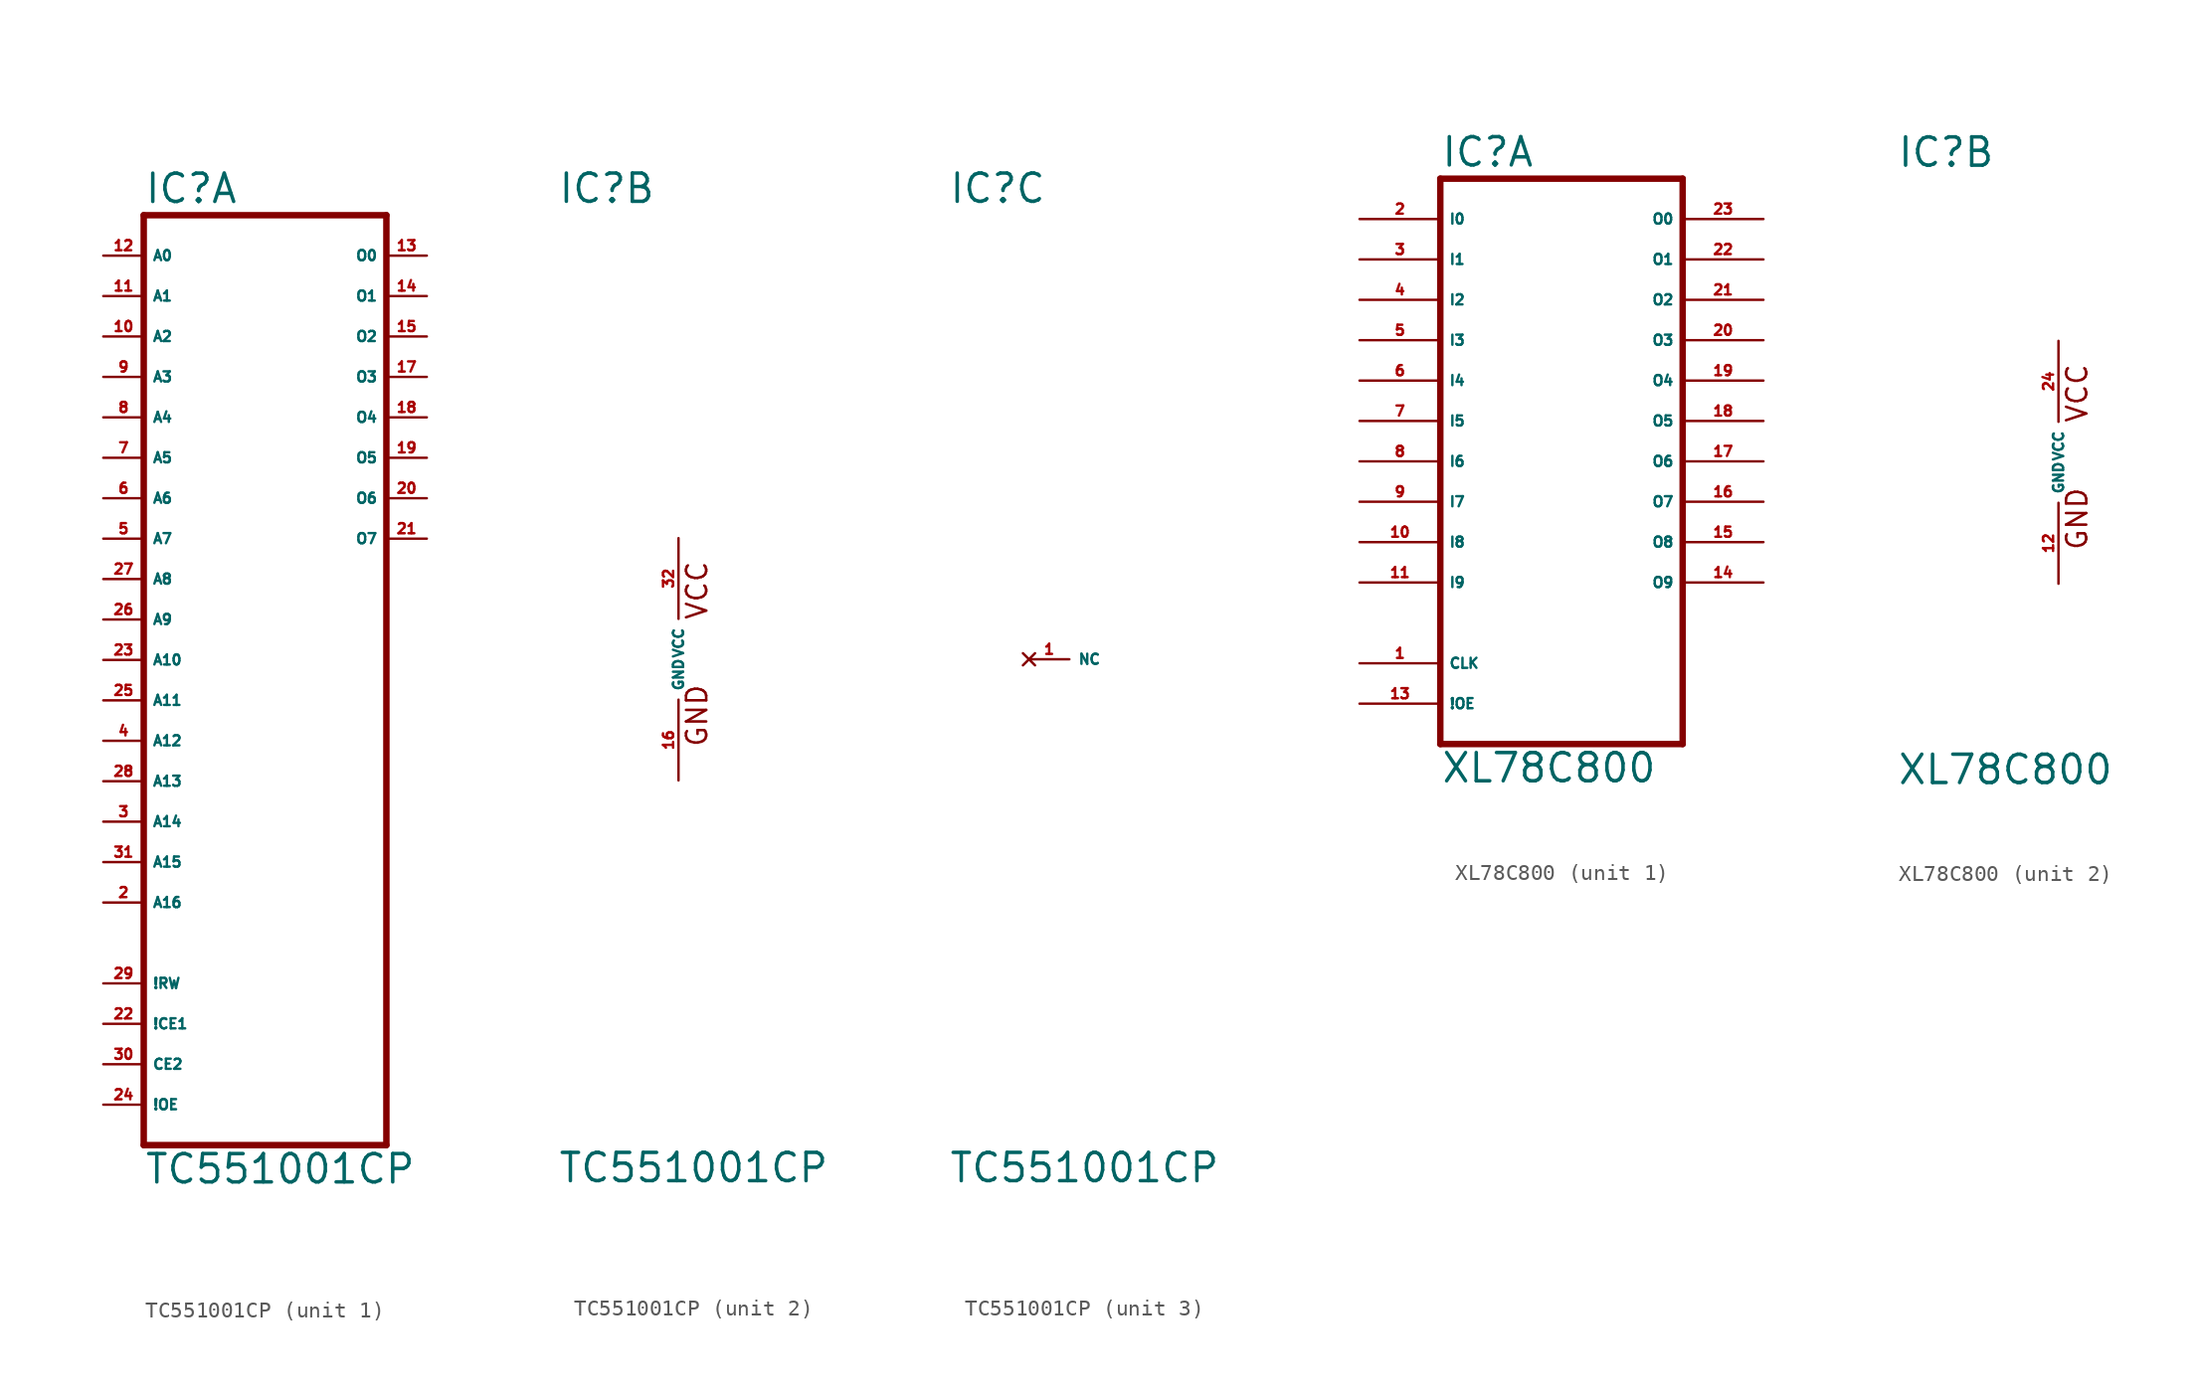
<source format=kicad_sym>
(kicad_symbol_lib
  (version 20220914)
  (generator Eagle2Kicad)
  (symbol "TC551001CP"
    (property "Reference" "IC"
      (at -7.62 28.575 0)
      (effects (font (size 1.778 1.778) (thickness 0.22)) (justify left bottom)))
    (property "Value" "TC551001CP"
      (at -7.62 -33.02 0)
      (effects (font (size 1.778 1.778) (thickness 0.22)) (justify left bottom)))
    (symbol "TC551001CP_1_0"
      (polyline (pts (xy -7.62 -30.48) (xy 7.62 -30.48)) (stroke (width 0.406) (type default)) (fill (type none)))
      (polyline (pts (xy 7.62 -30.48) (xy 7.62 27.94)) (stroke (width 0.406) (type default)) (fill (type none)))
      (polyline (pts (xy 7.62 27.94) (xy -7.62 27.94)) (stroke (width 0.406) (type default)) (fill (type none)))
      (polyline (pts (xy -7.62 27.94) (xy -7.62 -30.48)) (stroke (width 0.406) (type default)) (fill (type none)))
      (pin input line (at -10.16 -5.08 0) (length 2.54) (name "A12" (effects (font (size 0.635 0.635) (thickness 0.08)) (justify left bottom))) (number "4" (effects (font (size 0.635 0.635) (thickness 0.08)) (justify left bottom))))
      (pin input line (at -10.16 7.62 0) (length 2.54) (name "A7" (effects (font (size 0.635 0.635) (thickness 0.08)) (justify left bottom))) (number "5" (effects (font (size 0.635 0.635) (thickness 0.08)) (justify left bottom))))
      (pin input line (at -10.16 10.16 0) (length 2.54) (name "A6" (effects (font (size 0.635 0.635) (thickness 0.08)) (justify left bottom))) (number "6" (effects (font (size 0.635 0.635) (thickness 0.08)) (justify left bottom))))
      (pin input line (at -10.16 12.7 0) (length 2.54) (name "A5" (effects (font (size 0.635 0.635) (thickness 0.08)) (justify left bottom))) (number "7" (effects (font (size 0.635 0.635) (thickness 0.08)) (justify left bottom))))
      (pin input line (at -10.16 15.24 0) (length 2.54) (name "A4" (effects (font (size 0.635 0.635) (thickness 0.08)) (justify left bottom))) (number "8" (effects (font (size 0.635 0.635) (thickness 0.08)) (justify left bottom))))
      (pin input line (at -10.16 17.78 0) (length 2.54) (name "A3" (effects (font (size 0.635 0.635) (thickness 0.08)) (justify left bottom))) (number "9" (effects (font (size 0.635 0.635) (thickness 0.08)) (justify left bottom))))
      (pin input line (at -10.16 20.32 0) (length 2.54) (name "A2" (effects (font (size 0.635 0.635) (thickness 0.08)) (justify left bottom))) (number "10" (effects (font (size 0.635 0.635) (thickness 0.08)) (justify left bottom))))
      (pin input line (at -10.16 22.86 0) (length 2.54) (name "A1" (effects (font (size 0.635 0.635) (thickness 0.08)) (justify left bottom))) (number "11" (effects (font (size 0.635 0.635) (thickness 0.08)) (justify left bottom))))
      (pin input line (at -10.16 25.4 0) (length 2.54) (name "A0" (effects (font (size 0.635 0.635) (thickness 0.08)) (justify left bottom))) (number "12" (effects (font (size 0.635 0.635) (thickness 0.08)) (justify left bottom))))
      (pin tri_state line (at 10.16 25.4 180) (length 2.54) (name "O0" (effects (font (size 0.635 0.635) (thickness 0.08)) (justify left bottom))) (number "13" (effects (font (size 0.635 0.635) (thickness 0.08)) (justify left bottom))))
      (pin tri_state line (at 10.16 22.86 180) (length 2.54) (name "O1" (effects (font (size 0.635 0.635) (thickness 0.08)) (justify left bottom))) (number "14" (effects (font (size 0.635 0.635) (thickness 0.08)) (justify left bottom))))
      (pin tri_state line (at 10.16 20.32 180) (length 2.54) (name "O2" (effects (font (size 0.635 0.635) (thickness 0.08)) (justify left bottom))) (number "15" (effects (font (size 0.635 0.635) (thickness 0.08)) (justify left bottom))))
      (pin tri_state line (at 10.16 17.78 180) (length 2.54) (name "O3" (effects (font (size 0.635 0.635) (thickness 0.08)) (justify left bottom))) (number "17" (effects (font (size 0.635 0.635) (thickness 0.08)) (justify left bottom))))
      (pin tri_state line (at 10.16 15.24 180) (length 2.54) (name "O4" (effects (font (size 0.635 0.635) (thickness 0.08)) (justify left bottom))) (number "18" (effects (font (size 0.635 0.635) (thickness 0.08)) (justify left bottom))))
      (pin tri_state line (at 10.16 12.7 180) (length 2.54) (name "O5" (effects (font (size 0.635 0.635) (thickness 0.08)) (justify left bottom))) (number "19" (effects (font (size 0.635 0.635) (thickness 0.08)) (justify left bottom))))
      (pin tri_state line (at 10.16 10.16 180) (length 2.54) (name "O6" (effects (font (size 0.635 0.635) (thickness 0.08)) (justify left bottom))) (number "20" (effects (font (size 0.635 0.635) (thickness 0.08)) (justify left bottom))))
      (pin tri_state line (at 10.16 7.62 180) (length 2.54) (name "O7" (effects (font (size 0.635 0.635) (thickness 0.08)) (justify left bottom))) (number "21" (effects (font (size 0.635 0.635) (thickness 0.08)) (justify left bottom))))
      (pin input line (at -10.16 -25.4 0) (length 2.54) (name "CE2" (effects (font (size 0.635 0.635) (thickness 0.08)) (justify left bottom))) (number "30" (effects (font (size 0.635 0.635) (thickness 0.08)) (justify left bottom))))
      (pin input line (at -10.16 0 0) (length 2.54) (name "A10" (effects (font (size 0.635 0.635) (thickness 0.08)) (justify left bottom))) (number "23" (effects (font (size 0.635 0.635) (thickness 0.08)) (justify left bottom))))
      (pin input line (at -10.16 -27.94 0) (length 2.54) (name "!OE" (effects (font (size 0.635 0.635) (thickness 0.08)) (justify left bottom))) (number "24" (effects (font (size 0.635 0.635) (thickness 0.08)) (justify left bottom))))
      (pin input line (at -10.16 -2.54 0) (length 2.54) (name "A11" (effects (font (size 0.635 0.635) (thickness 0.08)) (justify left bottom))) (number "25" (effects (font (size 0.635 0.635) (thickness 0.08)) (justify left bottom))))
      (pin input line (at -10.16 2.54 0) (length 2.54) (name "A9" (effects (font (size 0.635 0.635) (thickness 0.08)) (justify left bottom))) (number "26" (effects (font (size 0.635 0.635) (thickness 0.08)) (justify left bottom))))
      (pin input line (at -10.16 5.08 0) (length 2.54) (name "A8" (effects (font (size 0.635 0.635) (thickness 0.08)) (justify left bottom))) (number "27" (effects (font (size 0.635 0.635) (thickness 0.08)) (justify left bottom))))
      (pin input line (at -10.16 -7.62 0) (length 2.54) (name "A13" (effects (font (size 0.635 0.635) (thickness 0.08)) (justify left bottom))) (number "28" (effects (font (size 0.635 0.635) (thickness 0.08)) (justify left bottom))))
      (pin input line (at -10.16 -10.16 0) (length 2.54) (name "A14" (effects (font (size 0.635 0.635) (thickness 0.08)) (justify left bottom))) (number "3" (effects (font (size 0.635 0.635) (thickness 0.08)) (justify left bottom))))
      (pin input line (at -10.16 -22.86 0) (length 2.54) (name "!CE1" (effects (font (size 0.635 0.635) (thickness 0.08)) (justify left bottom))) (number "22" (effects (font (size 0.635 0.635) (thickness 0.08)) (justify left bottom))))
      (pin input line (at -10.16 -20.32 0) (length 2.54) (name "!RW" (effects (font (size 0.635 0.635) (thickness 0.08)) (justify left bottom))) (number "29" (effects (font (size 0.635 0.635) (thickness 0.08)) (justify left bottom))))
      (pin input line (at -10.16 -12.7 0) (length 2.54) (name "A15" (effects (font (size 0.635 0.635) (thickness 0.08)) (justify left bottom))) (number "31" (effects (font (size 0.635 0.635) (thickness 0.08)) (justify left bottom))))
      (pin input line (at -10.16 -15.24 0) (length 2.54) (name "A16" (effects (font (size 0.635 0.635) (thickness 0.08)) (justify left bottom))) (number "2" (effects (font (size 0.635 0.635) (thickness 0.08)) (justify left bottom)))))
    (symbol "TC551001CP_2_0"
      (text "GND" (at 1.905 -5.588 900) (effects (font (size 1.27 1.27) (thickness 0.16)) (justify left bottom)))
      (text "VCC" (at 1.905 2.413 900) (effects (font (size 1.27 1.27) (thickness 0.16)) (justify left bottom)))
      (pin unspecified line (at 0 -7.62 90) (length 5.08) (name "GND" (effects (font (size 0.635 0.635) (thickness 0.08)) (justify left bottom))) (number "16" (effects (font (size 0.635 0.635) (thickness 0.08)) (justify left bottom))))
      (pin unspecified line (at 0 7.62 270) (length 5.08) (name "VCC" (effects (font (size 0.635 0.635) (thickness 0.08)) (justify left bottom))) (number "32" (effects (font (size 0.635 0.635) (thickness 0.08)) (justify left bottom)))))
    (symbol "TC551001CP_3_0"
      (pin no_connect line (at -2.54 0 0) (length 2.54) (name "NC" (effects (font (size 0.635 0.635) (thickness 0.08)) (justify left bottom) hide)) (number "1" (effects (font (size 0.635 0.635) (thickness 0.08)) (justify left bottom) hide)))))
  (symbol "XL78C800"
    (property "Reference" "IC"
      (at -10.16 18.415 0)
      (effects (font (size 1.778 1.778) (thickness 0.22)) (justify left bottom)))
    (property "Value" "XL78C800"
      (at -10.16 -20.32 0)
      (effects (font (size 1.778 1.778) (thickness 0.22)) (justify left bottom)))
    (symbol "XL78C800_1_0"
      (polyline (pts (xy -10.16 -17.78) (xy 5.08 -17.78)) (stroke (width 0.406) (type default)) (fill (type none)))
      (polyline (pts (xy 5.08 -17.78) (xy 5.08 17.78)) (stroke (width 0.406) (type default)) (fill (type none)))
      (polyline (pts (xy 5.08 17.78) (xy -10.16 17.78)) (stroke (width 0.406) (type default)) (fill (type none)))
      (polyline (pts (xy -10.16 17.78) (xy -10.16 -17.78)) (stroke (width 0.406) (type default)) (fill (type none)))
      (pin input line (at -15.24 -12.7 0) (length 5.08) (name "CLK" (effects (font (size 0.635 0.635) (thickness 0.08)) (justify left bottom))) (number "1" (effects (font (size 0.635 0.635) (thickness 0.08)) (justify left bottom))))
      (pin input line (at -15.24 15.24 0) (length 5.08) (name "I0" (effects (font (size 0.635 0.635) (thickness 0.08)) (justify left bottom))) (number "2" (effects (font (size 0.635 0.635) (thickness 0.08)) (justify left bottom))))
      (pin input line (at -15.24 12.7 0) (length 5.08) (name "I1" (effects (font (size 0.635 0.635) (thickness 0.08)) (justify left bottom))) (number "3" (effects (font (size 0.635 0.635) (thickness 0.08)) (justify left bottom))))
      (pin input line (at -15.24 10.16 0) (length 5.08) (name "I2" (effects (font (size 0.635 0.635) (thickness 0.08)) (justify left bottom))) (number "4" (effects (font (size 0.635 0.635) (thickness 0.08)) (justify left bottom))))
      (pin input line (at -15.24 7.62 0) (length 5.08) (name "I3" (effects (font (size 0.635 0.635) (thickness 0.08)) (justify left bottom))) (number "5" (effects (font (size 0.635 0.635) (thickness 0.08)) (justify left bottom))))
      (pin input line (at -15.24 5.08 0) (length 5.08) (name "I4" (effects (font (size 0.635 0.635) (thickness 0.08)) (justify left bottom))) (number "6" (effects (font (size 0.635 0.635) (thickness 0.08)) (justify left bottom))))
      (pin input line (at -15.24 2.54 0) (length 5.08) (name "I5" (effects (font (size 0.635 0.635) (thickness 0.08)) (justify left bottom))) (number "7" (effects (font (size 0.635 0.635) (thickness 0.08)) (justify left bottom))))
      (pin input line (at -15.24 0 0) (length 5.08) (name "I6" (effects (font (size 0.635 0.635) (thickness 0.08)) (justify left bottom))) (number "8" (effects (font (size 0.635 0.635) (thickness 0.08)) (justify left bottom))))
      (pin input line (at -15.24 -2.54 0) (length 5.08) (name "I7" (effects (font (size 0.635 0.635) (thickness 0.08)) (justify left bottom))) (number "9" (effects (font (size 0.635 0.635) (thickness 0.08)) (justify left bottom))))
      (pin input line (at -15.24 -5.08 0) (length 5.08) (name "I8" (effects (font (size 0.635 0.635) (thickness 0.08)) (justify left bottom))) (number "10" (effects (font (size 0.635 0.635) (thickness 0.08)) (justify left bottom))))
      (pin input line (at -15.24 -7.62 0) (length 5.08) (name "I9" (effects (font (size 0.635 0.635) (thickness 0.08)) (justify left bottom))) (number "11" (effects (font (size 0.635 0.635) (thickness 0.08)) (justify left bottom))))
      (pin input line (at -15.24 -15.24 0) (length 5.08) (name "!OE" (effects (font (size 0.635 0.635) (thickness 0.08)) (justify left bottom))) (number "13" (effects (font (size 0.635 0.635) (thickness 0.08)) (justify left bottom))))
      (pin bidirectional line (at 10.16 -7.62 180) (length 5.08) (name "O9" (effects (font (size 0.635 0.635) (thickness 0.08)) (justify left bottom))) (number "14" (effects (font (size 0.635 0.635) (thickness 0.08)) (justify left bottom))))
      (pin tri_state line (at 10.16 -5.08 180) (length 5.08) (name "O8" (effects (font (size 0.635 0.635) (thickness 0.08)) (justify left bottom))) (number "15" (effects (font (size 0.635 0.635) (thickness 0.08)) (justify left bottom))))
      (pin tri_state line (at 10.16 -2.54 180) (length 5.08) (name "O7" (effects (font (size 0.635 0.635) (thickness 0.08)) (justify left bottom))) (number "16" (effects (font (size 0.635 0.635) (thickness 0.08)) (justify left bottom))))
      (pin tri_state line (at 10.16 0 180) (length 5.08) (name "O6" (effects (font (size 0.635 0.635) (thickness 0.08)) (justify left bottom))) (number "17" (effects (font (size 0.635 0.635) (thickness 0.08)) (justify left bottom))))
      (pin tri_state line (at 10.16 2.54 180) (length 5.08) (name "O5" (effects (font (size 0.635 0.635) (thickness 0.08)) (justify left bottom))) (number "18" (effects (font (size 0.635 0.635) (thickness 0.08)) (justify left bottom))))
      (pin tri_state line (at 10.16 5.08 180) (length 5.08) (name "O4" (effects (font (size 0.635 0.635) (thickness 0.08)) (justify left bottom))) (number "19" (effects (font (size 0.635 0.635) (thickness 0.08)) (justify left bottom))))
      (pin tri_state line (at 10.16 7.62 180) (length 5.08) (name "O3" (effects (font (size 0.635 0.635) (thickness 0.08)) (justify left bottom))) (number "20" (effects (font (size 0.635 0.635) (thickness 0.08)) (justify left bottom))))
      (pin tri_state line (at 10.16 10.16 180) (length 5.08) (name "O2" (effects (font (size 0.635 0.635) (thickness 0.08)) (justify left bottom))) (number "21" (effects (font (size 0.635 0.635) (thickness 0.08)) (justify left bottom))))
      (pin tri_state line (at 10.16 12.7 180) (length 5.08) (name "O1" (effects (font (size 0.635 0.635) (thickness 0.08)) (justify left bottom))) (number "22" (effects (font (size 0.635 0.635) (thickness 0.08)) (justify left bottom))))
      (pin bidirectional line (at 10.16 15.24 180) (length 5.08) (name "O0" (effects (font (size 0.635 0.635) (thickness 0.08)) (justify left bottom))) (number "23" (effects (font (size 0.635 0.635) (thickness 0.08)) (justify left bottom)))))
    (symbol "XL78C800_2_0"
      (text "GND" (at 1.905 -5.588 900) (effects (font (size 1.27 1.27) (thickness 0.16)) (justify left bottom)))
      (text "VCC" (at 1.905 2.413 900) (effects (font (size 1.27 1.27) (thickness 0.16)) (justify left bottom)))
      (pin unspecified line (at 0 -7.62 90) (length 5.08) (name "GND" (effects (font (size 0.635 0.635) (thickness 0.08)) (justify left bottom))) (number "12" (effects (font (size 0.635 0.635) (thickness 0.08)) (justify left bottom))))
      (pin unspecified line (at 0 7.62 270) (length 5.08) (name "VCC" (effects (font (size 0.635 0.635) (thickness 0.08)) (justify left bottom))) (number "24" (effects (font (size 0.635 0.635) (thickness 0.08)) (justify left bottom)))))))
</source>
